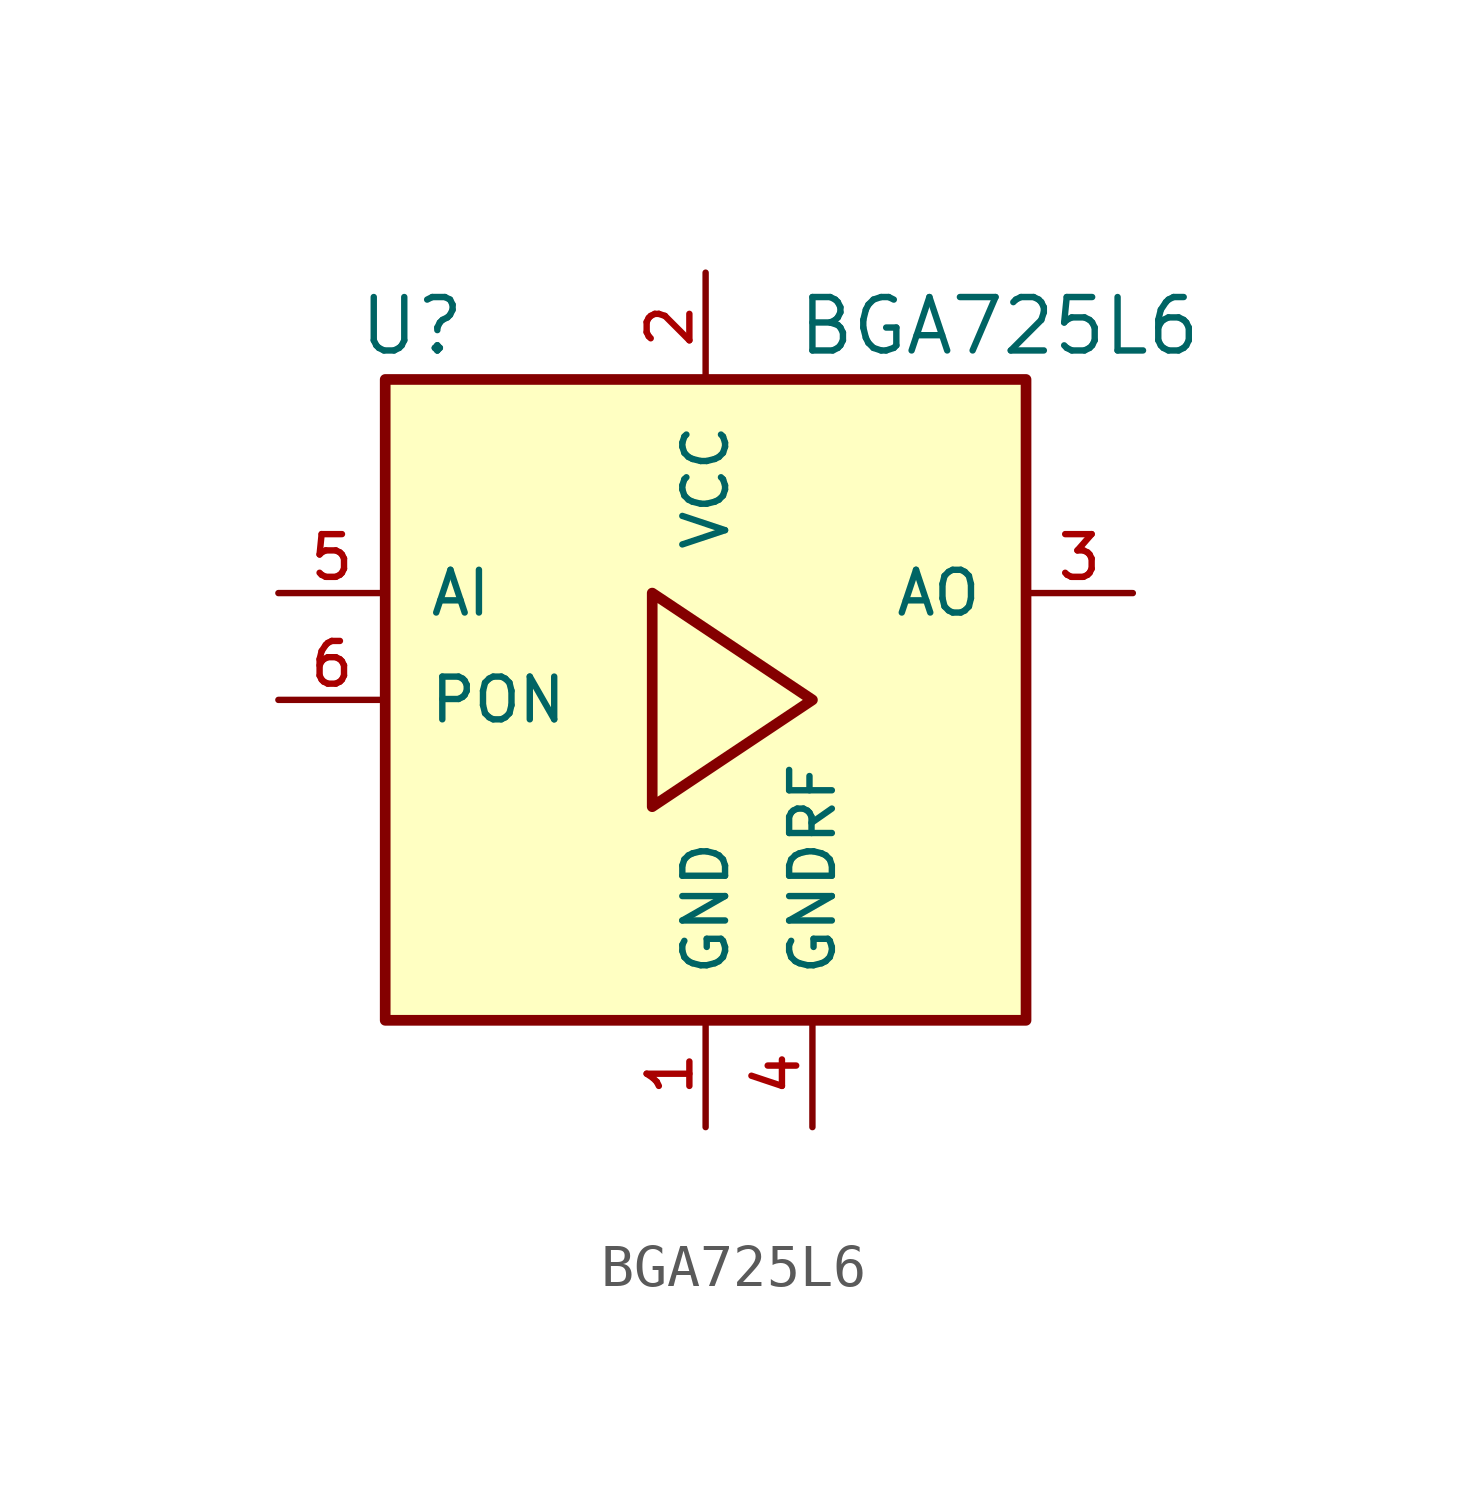
<source format=kicad_sym>
(kicad_symbol_lib
  (version 20220914)
  (generator kicad_symbol_editor)
  (symbol "BGA725L6"
    (pin_names
      (offset 1.016))
    (property "Reference" "U"
      (at -6.985 8.89 0)
      (effects (font (size 1.27 1.27))))
    (property "Value" "BGA725L6"
      (at 6.985 8.89 0)
      (effects (font (size 1.27 1.27))))
    (symbol "BGA725L6_0_0"
      (rectangle (start -7.62 7.62) (end 7.62 -7.62) (stroke (width 0.254) (type default)) (fill (type background)))
      (pin power_in line (at 0 -10.16 90) (length 2.54) (name "GND" (effects (font (size 1.016 1.016)))) (number "1" (effects (font (size 1.016 1.016)))))
      (pin power_in line (at 0 10.16 270) (length 2.54) (name "VCC" (effects (font (size 1.016 1.016)))) (number "2" (effects (font (size 1.016 1.016)))))
      (pin output line (at 10.16 2.54 180) (length 2.54) (name "AO" (effects (font (size 1.016 1.016)))) (number "3" (effects (font (size 1.016 1.016)))))
      (pin power_in line (at 2.54 -10.16 90) (length 2.54) (name "GNDRF" (effects (font (size 1.016 1.016)))) (number "4" (effects (font (size 1.016 1.016)))))
      (pin input line (at -10.16 2.54 0) (length 2.54) (name "AI" (effects (font (size 1.016 1.016)))) (number "5" (effects (font (size 1.016 1.016)))))
      (pin input line (at -10.16 0 0) (length 2.54) (name "PON" (effects (font (size 1.016 1.016)))) (number "6" (effects (font (size 1.016 1.016))))))
    (symbol "BGA725L6_1_1"
      (polyline (pts (xy -1.27 2.54) (xy 2.54 0) (xy -1.27 -2.54) (xy -1.27 2.54)) (stroke (width 0.254) (type default)) (fill (type background))))))
</source>
